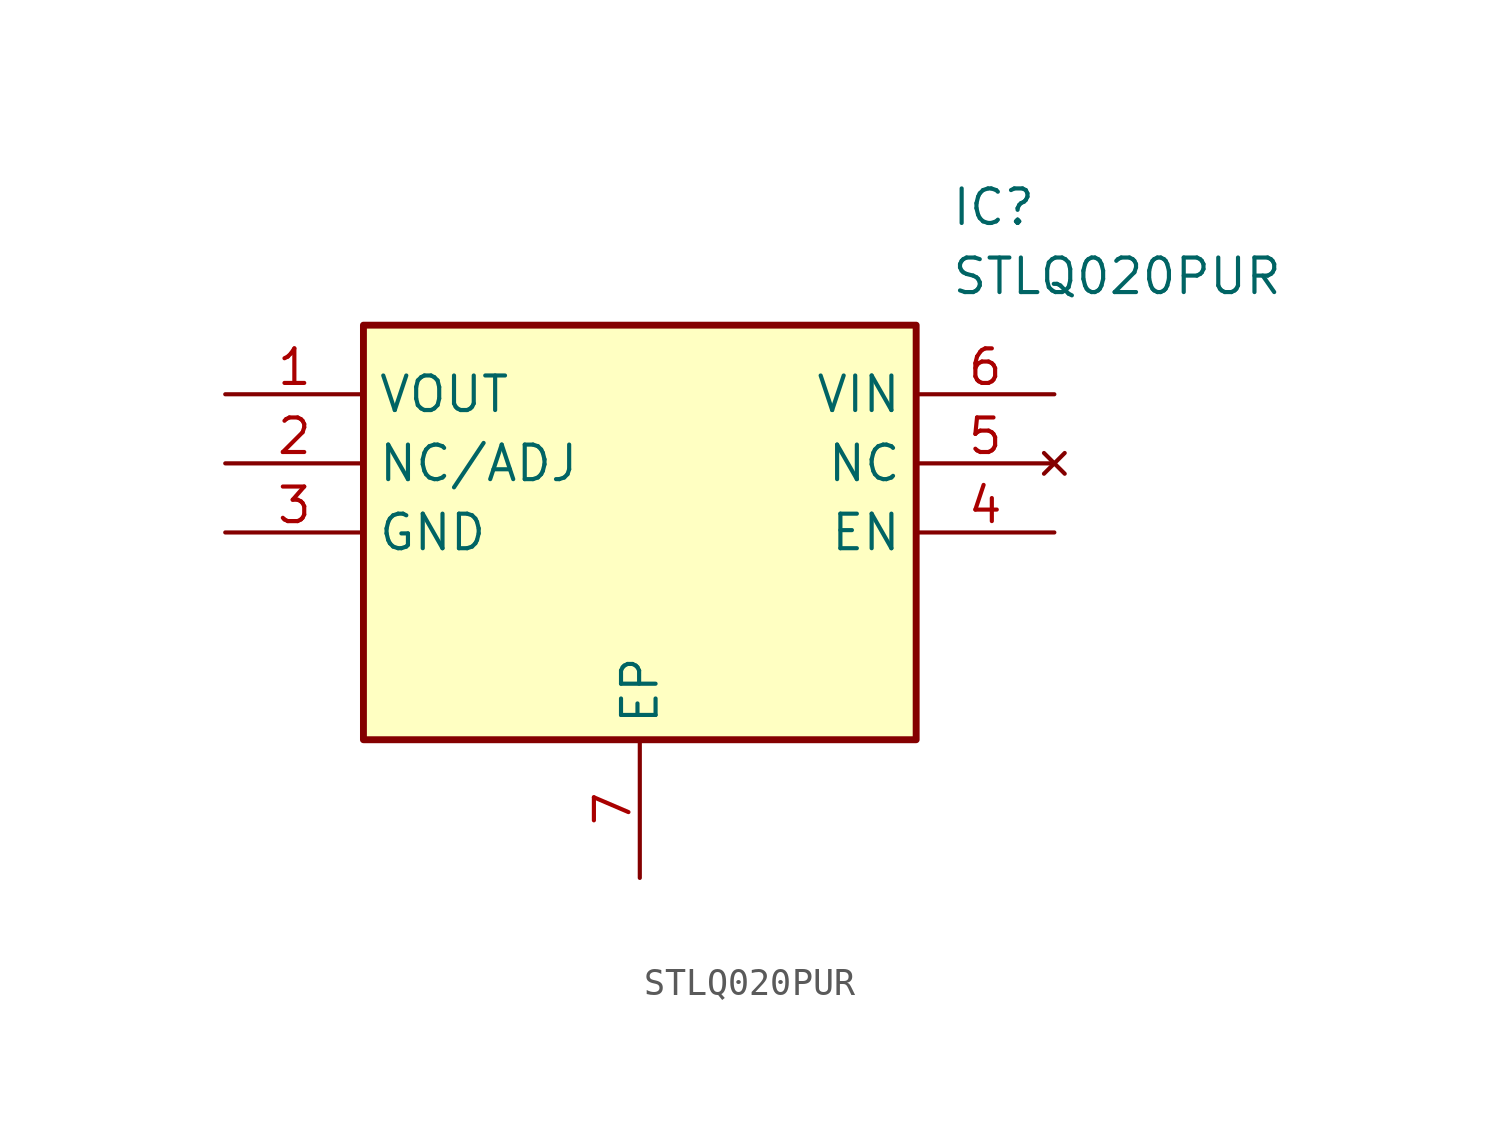
<source format=kicad_sym>
(kicad_symbol_lib
  (version 20211014)
  (generator SamacSys_ECAD_Model)
  (symbol "STLQ020PUR"
    (property "Reference" "IC"
      (at 26.67 7.62 0)
      (effects (font (size 1.27 1.27)) (justify left top)))
    (property "Value" "STLQ020PUR"
      (at 26.67 5.08 0)
      (effects (font (size 1.27 1.27)) (justify left top)))
    (rectangle
      (start 5.08 2.54)
      (end 25.4 -12.7)
      (stroke (width 0.254) (type default))
      (fill (type background)))
    (pin passive line
      (at 0 0 0)
      (length 5.08)
      (name "VOUT" (effects (font (size 1.27 1.27))))
      (number "1" (effects (font (size 1.27 1.27)))))
    (pin passive line
      (at 0 -2.54 0)
      (length 5.08)
      (name "NC/ADJ" (effects (font (size 1.27 1.27))))
      (number "2" (effects (font (size 1.27 1.27)))))
    (pin passive line
      (at 0 -5.08 0)
      (length 5.08)
      (name "GND" (effects (font (size 1.27 1.27))))
      (number "3" (effects (font (size 1.27 1.27)))))
    (pin passive line
      (at 15.24 -17.78 90)
      (length 5.08)
      (name "EP" (effects (font (size 1.27 1.27))))
      (number "7" (effects (font (size 1.27 1.27)))))
    (pin passive line
      (at 30.48 0 180)
      (length 5.08)
      (name "VIN" (effects (font (size 1.27 1.27))))
      (number "6" (effects (font (size 1.27 1.27)))))
    (pin no_connect line
      (at 30.48 -2.54 180)
      (length 5.08)
      (name "NC" (effects (font (size 1.27 1.27))))
      (number "5" (effects (font (size 1.27 1.27)))))
    (pin passive line
      (at 30.48 -5.08 180)
      (length 5.08)
      (name "EN" (effects (font (size 1.27 1.27))))
      (number "4" (effects (font (size 1.27 1.27)))))))
</source>
